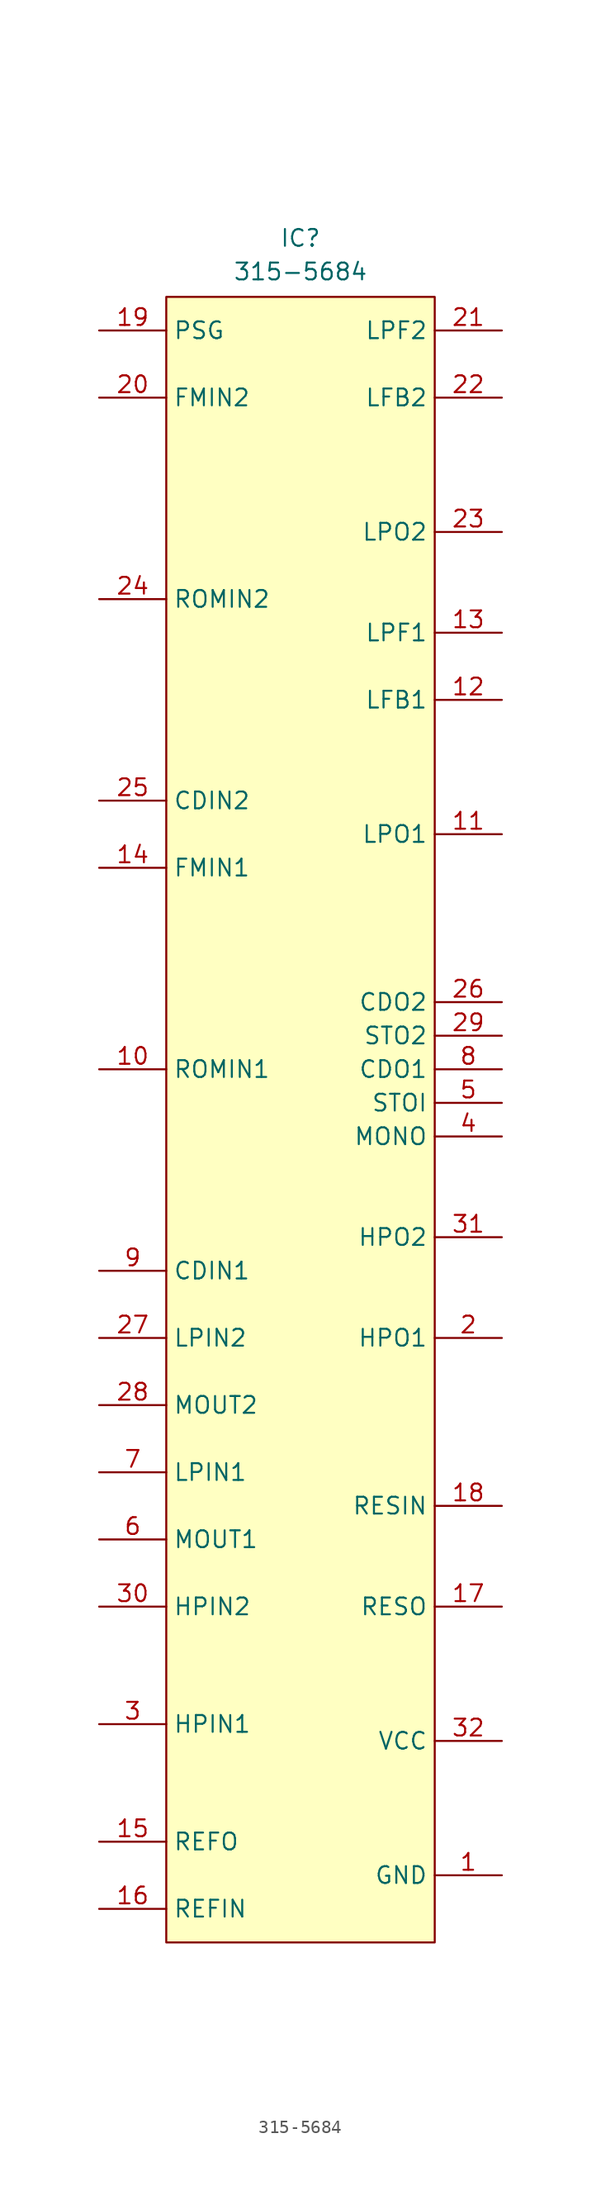
<source format=kicad_sym>
(kicad_symbol_lib
  (version 20220914)
  (generator kicad_symbol_editor)
  (symbol "315-5684"
    (property "Reference" "IC"
      (at 0 4.445 0)
      (effects (font (size 1.27 1.27))))
    (property "Value" "315-5684"
      (at 0 1.905 0)
      (effects (font (size 1.27 1.27))))
    (symbol "315-5684_1_1"
      (rectangle (start -10.16 0) (end 10.16 -124.46) (stroke (width 0) (type default)) (fill (type background)))
      (pin passive line (at 15.24 -119.38 180) (length 5.08) (name "GND" (effects (font (size 1.27 1.27)))) (number "1" (effects (font (size 1.27 1.27)))))
      (pin passive line (at -15.24 -58.42 0) (length 5.08) (name "ROMIN1" (effects (font (size 1.27 1.27)))) (number "10" (effects (font (size 1.27 1.27)))))
      (pin passive line (at 15.24 -40.64 180) (length 5.08) (name "LPO1" (effects (font (size 1.27 1.27)))) (number "11" (effects (font (size 1.27 1.27)))))
      (pin passive line (at 15.24 -30.48 180) (length 5.08) (name "LFB1" (effects (font (size 1.27 1.27)))) (number "12" (effects (font (size 1.27 1.27)))))
      (pin passive line (at 15.24 -25.4 180) (length 5.08) (name "LPF1" (effects (font (size 1.27 1.27)))) (number "13" (effects (font (size 1.27 1.27)))))
      (pin passive line (at -15.24 -43.18 0) (length 5.08) (name "FMIN1" (effects (font (size 1.27 1.27)))) (number "14" (effects (font (size 1.27 1.27)))))
      (pin passive line (at -15.24 -116.84 0) (length 5.08) (name "REFO" (effects (font (size 1.27 1.27)))) (number "15" (effects (font (size 1.27 1.27)))))
      (pin passive line (at -15.24 -121.92 0) (length 5.08) (name "REFIN" (effects (font (size 1.27 1.27)))) (number "16" (effects (font (size 1.27 1.27)))))
      (pin passive line (at 15.24 -99.06 180) (length 5.08) (name "RESO" (effects (font (size 1.27 1.27)))) (number "17" (effects (font (size 1.27 1.27)))))
      (pin passive line (at 15.24 -91.44 180) (length 5.08) (name "RESIN" (effects (font (size 1.27 1.27)))) (number "18" (effects (font (size 1.27 1.27)))))
      (pin passive line (at -15.24 -2.54 0) (length 5.08) (name "PSG" (effects (font (size 1.27 1.27)))) (number "19" (effects (font (size 1.27 1.27)))))
      (pin passive line (at 15.24 -78.74 180) (length 5.08) (name "HPO1" (effects (font (size 1.27 1.27)))) (number "2" (effects (font (size 1.27 1.27)))))
      (pin passive line (at -15.24 -7.62 0) (length 5.08) (name "FMIN2" (effects (font (size 1.27 1.27)))) (number "20" (effects (font (size 1.27 1.27)))))
      (pin passive line (at 15.24 -2.54 180) (length 5.08) (name "LPF2" (effects (font (size 1.27 1.27)))) (number "21" (effects (font (size 1.27 1.27)))))
      (pin passive line (at 15.24 -7.62 180) (length 5.08) (name "LFB2" (effects (font (size 1.27 1.27)))) (number "22" (effects (font (size 1.27 1.27)))))
      (pin passive line (at 15.24 -17.78 180) (length 5.08) (name "LPO2" (effects (font (size 1.27 1.27)))) (number "23" (effects (font (size 1.27 1.27)))))
      (pin passive line (at -15.24 -22.86 0) (length 5.08) (name "ROMIN2" (effects (font (size 1.27 1.27)))) (number "24" (effects (font (size 1.27 1.27)))))
      (pin passive line (at -15.24 -38.1 0) (length 5.08) (name "CDIN2" (effects (font (size 1.27 1.27)))) (number "25" (effects (font (size 1.27 1.27)))))
      (pin passive line (at 15.24 -53.34 180) (length 5.08) (name "CDO2" (effects (font (size 1.27 1.27)))) (number "26" (effects (font (size 1.27 1.27)))))
      (pin passive line (at -15.24 -78.74 0) (length 5.08) (name "LPIN2" (effects (font (size 1.27 1.27)))) (number "27" (effects (font (size 1.27 1.27)))))
      (pin passive line (at -15.24 -83.82 0) (length 5.08) (name "MOUT2" (effects (font (size 1.27 1.27)))) (number "28" (effects (font (size 1.27 1.27)))))
      (pin passive line (at 15.24 -55.88 180) (length 5.08) (name "STO2" (effects (font (size 1.27 1.27)))) (number "29" (effects (font (size 1.27 1.27)))))
      (pin passive line (at -15.24 -107.95 0) (length 5.08) (name "HPIN1" (effects (font (size 1.27 1.27)))) (number "3" (effects (font (size 1.27 1.27)))))
      (pin passive line (at -15.24 -99.06 0) (length 5.08) (name "HPIN2" (effects (font (size 1.27 1.27)))) (number "30" (effects (font (size 1.27 1.27)))))
      (pin passive line (at 15.24 -71.12 180) (length 5.08) (name "HPO2" (effects (font (size 1.27 1.27)))) (number "31" (effects (font (size 1.27 1.27)))))
      (pin passive line (at 15.24 -109.22 180) (length 5.08) (name "VCC" (effects (font (size 1.27 1.27)))) (number "32" (effects (font (size 1.27 1.27)))))
      (pin passive line (at 15.24 -63.5 180) (length 5.08) (name "MONO" (effects (font (size 1.27 1.27)))) (number "4" (effects (font (size 1.27 1.27)))))
      (pin passive line (at 15.24 -60.96 180) (length 5.08) (name "STOI" (effects (font (size 1.27 1.27)))) (number "5" (effects (font (size 1.27 1.27)))))
      (pin passive line (at -15.24 -93.98 0) (length 5.08) (name "MOUT1" (effects (font (size 1.27 1.27)))) (number "6" (effects (font (size 1.27 1.27)))))
      (pin passive line (at -15.24 -88.9 0) (length 5.08) (name "LPIN1" (effects (font (size 1.27 1.27)))) (number "7" (effects (font (size 1.27 1.27)))))
      (pin passive line (at 15.24 -58.42 180) (length 5.08) (name "CDO1" (effects (font (size 1.27 1.27)))) (number "8" (effects (font (size 1.27 1.27)))))
      (pin passive line (at -15.24 -73.66 0) (length 5.08) (name "CDIN1" (effects (font (size 1.27 1.27)))) (number "9" (effects (font (size 1.27 1.27))))))))
</source>
